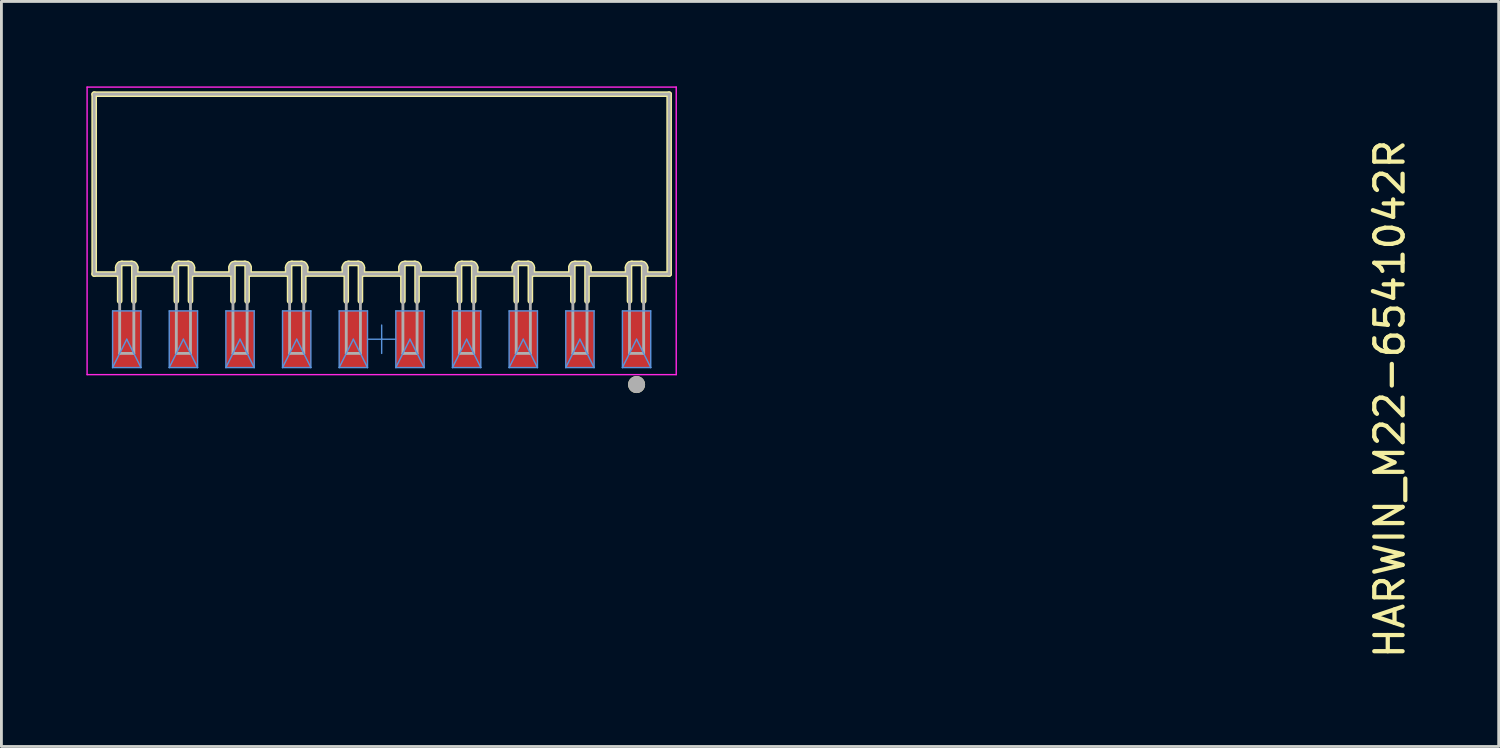
<source format=kicad_pcb>
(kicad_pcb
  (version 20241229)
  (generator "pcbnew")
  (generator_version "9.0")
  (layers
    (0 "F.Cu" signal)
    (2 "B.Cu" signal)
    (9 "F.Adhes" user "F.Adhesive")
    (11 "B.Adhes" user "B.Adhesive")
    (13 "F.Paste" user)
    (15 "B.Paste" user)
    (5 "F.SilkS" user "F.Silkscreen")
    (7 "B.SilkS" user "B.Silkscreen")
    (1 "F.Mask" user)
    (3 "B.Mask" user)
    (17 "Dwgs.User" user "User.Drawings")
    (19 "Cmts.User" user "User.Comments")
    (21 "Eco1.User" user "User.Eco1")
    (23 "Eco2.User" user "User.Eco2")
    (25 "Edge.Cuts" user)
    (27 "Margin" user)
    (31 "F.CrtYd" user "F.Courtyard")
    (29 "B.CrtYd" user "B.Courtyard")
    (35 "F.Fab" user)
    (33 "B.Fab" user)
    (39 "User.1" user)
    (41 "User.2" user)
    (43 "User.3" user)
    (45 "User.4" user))
  (footprint "HARWIN_M22-6541042R"
    (layer "F.Cu")
    (at 10.425 8.927)
    (property "Reference" "HARWIN_M22-6541042R" (at 35.59 2.11 270) (layer "F.SilkS") (effects (font (size 1 1) (thickness 0.15))))
    (attr smd)
    (fp_line (start -10.15 -8.652) (end 10.15 -8.652) (stroke (width 0.2) (type solid)) (layer "F.SilkS"))
    (fp_line (start -10.15 -2.302) (end -10.15 -8.652) (stroke (width 0.2) (type solid)) (layer "F.SilkS"))
    (fp_line (start -10.15 -2.302) (end -9.32 -2.302) (stroke (width 0.2) (type solid)) (layer "F.SilkS"))
    (fp_line (start -9.32 -2.302) (end -9.32 -2.527) (stroke (width 0.2) (type solid)) (layer "F.SilkS"))
    (fp_line (start -9.25 -1.35) (end -9.25 -2.654) (stroke (width 0.2) (type solid)) (layer "F.SilkS"))
    (fp_line (start -9.17 -2.677) (end -8.83 -2.677) (stroke (width 0.2) (type solid)) (layer "F.SilkS"))
    (fp_line (start -8.75 -1.35) (end -8.75 -2.654) (stroke (width 0.2) (type solid)) (layer "F.SilkS"))
    (fp_line (start -8.68 -2.302) (end -8.68 -2.527) (stroke (width 0.2) (type solid)) (layer "F.SilkS"))
    (fp_line (start -8.68 -2.302) (end -7.32 -2.302) (stroke (width 0.2) (type solid)) (layer "F.SilkS"))
    (fp_line (start -7.32 -2.302) (end -7.32 -2.527) (stroke (width 0.2) (type solid)) (layer "F.SilkS"))
    (fp_line (start -7.25 -1.35) (end -7.25 -2.654) (stroke (width 0.2) (type solid)) (layer "F.SilkS"))
    (fp_line (start -7.17 -2.677) (end -6.83 -2.677) (stroke (width 0.2) (type solid)) (layer "F.SilkS"))
    (fp_line (start -6.75 -1.35) (end -6.75 -2.654) (stroke (width 0.2) (type solid)) (layer "F.SilkS"))
    (fp_line (start -6.68 -2.302) (end -6.68 -2.527) (stroke (width 0.2) (type solid)) (layer "F.SilkS"))
    (fp_line (start -6.68 -2.302) (end -5.32 -2.302) (stroke (width 0.2) (type solid)) (layer "F.SilkS"))
    (fp_line (start -5.32 -2.302) (end -5.32 -2.527) (stroke (width 0.2) (type solid)) (layer "F.SilkS"))
    (fp_line (start -5.25 -1.35) (end -5.25 -2.654) (stroke (width 0.2) (type solid)) (layer "F.SilkS"))
    (fp_line (start -5.17 -2.677) (end -4.83 -2.677) (stroke (width 0.2) (type solid)) (layer "F.SilkS"))
    (fp_line (start -4.75 -1.35) (end -4.75 -2.654) (stroke (width 0.2) (type solid)) (layer "F.SilkS"))
    (fp_line (start -4.68 -2.302) (end -4.68 -2.527) (stroke (width 0.2) (type solid)) (layer "F.SilkS"))
    (fp_line (start -4.68 -2.302) (end -3.32 -2.302) (stroke (width 0.2) (type solid)) (layer "F.SilkS"))
    (fp_line (start -3.32 -2.302) (end -3.32 -2.527) (stroke (width 0.2) (type solid)) (layer "F.SilkS"))
    (fp_line (start -3.25 -1.35) (end -3.25 -2.654) (stroke (width 0.2) (type solid)) (layer "F.SilkS"))
    (fp_line (start -3.17 -2.677) (end -2.83 -2.677) (stroke (width 0.2) (type solid)) (layer "F.SilkS"))
    (fp_line (start -2.75 -1.35) (end -2.75 -2.654) (stroke (width 0.2) (type solid)) (layer "F.SilkS"))
    (fp_line (start -2.68 -2.302) (end -2.68 -2.527) (stroke (width 0.2) (type solid)) (layer "F.SilkS"))
    (fp_line (start -2.68 -2.302) (end -1.32 -2.302) (stroke (width 0.2) (type solid)) (layer "F.SilkS"))
    (fp_line (start -1.32 -2.302) (end -1.32 -2.527) (stroke (width 0.2) (type solid)) (layer "F.SilkS"))
    (fp_line (start -1.25 -1.35) (end -1.25 -2.654) (stroke (width 0.2) (type solid)) (layer "F.SilkS"))
    (fp_line (start -1.17 -2.677) (end -0.83 -2.677) (stroke (width 0.2) (type solid)) (layer "F.SilkS"))
    (fp_line (start -0.75 -1.35) (end -0.75 -2.654) (stroke (width 0.2) (type solid)) (layer "F.SilkS"))
    (fp_line (start -0.68 -2.302) (end -0.68 -2.527) (stroke (width 0.2) (type solid)) (layer "F.SilkS"))
    (fp_line (start -0.68 -2.302) (end 0.68 -2.302) (stroke (width 0.2) (type solid)) (layer "F.SilkS"))
    (fp_line (start 0.68 -2.302) (end 0.68 -2.527) (stroke (width 0.2) (type solid)) (layer "F.SilkS"))
    (fp_line (start 0.75 -1.35) (end 0.75 -2.654) (stroke (width 0.2) (type solid)) (layer "F.SilkS"))
    (fp_line (start 0.83 -2.677) (end 1.17 -2.677) (stroke (width 0.2) (type solid)) (layer "F.SilkS"))
    (fp_line (start 1.25 -1.35) (end 1.25 -2.654) (stroke (width 0.2) (type solid)) (layer "F.SilkS"))
    (fp_line (start 1.32 -2.302) (end 1.32 -2.527) (stroke (width 0.2) (type solid)) (layer "F.SilkS"))
    (fp_line (start 1.32 -2.302) (end 2.68 -2.302) (stroke (width 0.2) (type solid)) (layer "F.SilkS"))
    (fp_line (start 2.68 -2.302) (end 2.68 -2.527) (stroke (width 0.2) (type solid)) (layer "F.SilkS"))
    (fp_line (start 2.75 -1.35) (end 2.75 -2.654) (stroke (width 0.2) (type solid)) (layer "F.SilkS"))
    (fp_line (start 2.83 -2.677) (end 3.17 -2.677) (stroke (width 0.2) (type solid)) (layer "F.SilkS"))
    (fp_line (start 3.25 -1.35) (end 3.25 -2.654) (stroke (width 0.2) (type solid)) (layer "F.SilkS"))
    (fp_line (start 3.32 -2.302) (end 3.32 -2.527) (stroke (width 0.2) (type solid)) (layer "F.SilkS"))
    (fp_line (start 3.32 -2.302) (end 4.68 -2.302) (stroke (width 0.2) (type solid)) (layer "F.SilkS"))
    (fp_line (start 4.68 -2.302) (end 4.68 -2.527) (stroke (width 0.2) (type solid)) (layer "F.SilkS"))
    (fp_line (start 4.75 -1.35) (end 4.75 -2.654) (stroke (width 0.2) (type solid)) (layer "F.SilkS"))
    (fp_line (start 4.83 -2.677) (end 5.17 -2.677) (stroke (width 0.2) (type solid)) (layer "F.SilkS"))
    (fp_line (start 5.25 -1.35) (end 5.25 -2.654) (stroke (width 0.2) (type solid)) (layer "F.SilkS"))
    (fp_line (start 5.32 -2.302) (end 5.32 -2.527) (stroke (width 0.2) (type solid)) (layer "F.SilkS"))
    (fp_line (start 5.32 -2.302) (end 6.68 -2.302) (stroke (width 0.2) (type solid)) (layer "F.SilkS"))
    (fp_line (start 6.68 -2.302) (end 6.68 -2.527) (stroke (width 0.2) (type solid)) (layer "F.SilkS"))
    (fp_line (start 6.75 -1.35) (end 6.75 -2.654) (stroke (width 0.2) (type solid)) (layer "F.SilkS"))
    (fp_line (start 6.83 -2.677) (end 7.17 -2.677) (stroke (width 0.2) (type solid)) (layer "F.SilkS"))
    (fp_line (start 7.25 -1.35) (end 7.25 -2.654) (stroke (width 0.2) (type solid)) (layer "F.SilkS"))
    (fp_line (start 7.32 -2.302) (end 7.32 -2.527) (stroke (width 0.2) (type solid)) (layer "F.SilkS"))
    (fp_line (start 7.32 -2.302) (end 8.68 -2.302) (stroke (width 0.2) (type solid)) (layer "F.SilkS"))
    (fp_line (start 8.68 -2.302) (end 8.68 -2.527) (stroke (width 0.2) (type solid)) (layer "F.SilkS"))
    (fp_line (start 8.75 -1.35) (end 8.75 -2.654) (stroke (width 0.2) (type solid)) (layer "F.SilkS"))
    (fp_line (start 8.83 -2.677) (end 9.17 -2.677) (stroke (width 0.2) (type solid)) (layer "F.SilkS"))
    (fp_line (start 9.25 -1.35) (end 9.25 -2.654) (stroke (width 0.2) (type solid)) (layer "F.SilkS"))
    (fp_line (start 9.32 -2.302) (end 9.32 -2.527) (stroke (width 0.2) (type solid)) (layer "F.SilkS"))
    (fp_line (start 9.32 -2.302) (end 10.15 -2.302) (stroke (width 0.2) (type solid)) (layer "F.SilkS"))
    (fp_line (start 10.15 -2.302) (end 10.15 -8.652) (stroke (width 0.2) (type solid)) (layer "F.SilkS"))
    (fp_arc (start -9.32 -2.527) (mid -9.276066 -2.633066) (end -9.17 -2.677) (stroke (width 0.2) (type solid)) (layer "F.SilkS"))
    (fp_arc (start -8.83 -2.677) (mid -8.723934 -2.633066) (end -8.68 -2.527) (stroke (width 0.2) (type solid)) (layer "F.SilkS"))
    (fp_arc (start -7.32 -2.527) (mid -7.276066 -2.633066) (end -7.17 -2.677) (stroke (width 0.2) (type solid)) (layer "F.SilkS"))
    (fp_arc (start -6.83 -2.677) (mid -6.723934 -2.633066) (end -6.68 -2.527) (stroke (width 0.2) (type solid)) (layer "F.SilkS"))
    (fp_arc (start -5.32 -2.527) (mid -5.276066 -2.633066) (end -5.17 -2.677) (stroke (width 0.2) (type solid)) (layer "F.SilkS"))
    (fp_arc (start -4.83 -2.677) (mid -4.723934 -2.633066) (end -4.68 -2.527) (stroke (width 0.2) (type solid)) (layer "F.SilkS"))
    (fp_arc (start -3.32 -2.527) (mid -3.276066 -2.633066) (end -3.17 -2.677) (stroke (width 0.2) (type solid)) (layer "F.SilkS"))
    (fp_arc (start -2.83 -2.677) (mid -2.723934 -2.633066) (end -2.68 -2.527) (stroke (width 0.2) (type solid)) (layer "F.SilkS"))
    (fp_arc (start -1.32 -2.527) (mid -1.276066 -2.633066) (end -1.17 -2.677) (stroke (width 0.2) (type solid)) (layer "F.SilkS"))
    (fp_arc (start -0.83 -2.677) (mid -0.723934 -2.633066) (end -0.68 -2.527) (stroke (width 0.2) (type solid)) (layer "F.SilkS"))
    (fp_arc (start 0.68 -2.527) (mid 0.723934 -2.633066) (end 0.83 -2.677) (stroke (width 0.2) (type solid)) (layer "F.SilkS"))
    (fp_arc (start 1.17 -2.677) (mid 1.276066 -2.633066) (end 1.32 -2.527) (stroke (width 0.2) (type solid)) (layer "F.SilkS"))
    (fp_arc (start 2.68 -2.527) (mid 2.723934 -2.633066) (end 2.83 -2.677) (stroke (width 0.2) (type solid)) (layer "F.SilkS"))
    (fp_arc (start 3.17 -2.677) (mid 3.276066 -2.633066) (end 3.32 -2.527) (stroke (width 0.2) (type solid)) (layer "F.SilkS"))
    (fp_arc (start 4.68 -2.527) (mid 4.723934 -2.633066) (end 4.83 -2.677) (stroke (width 0.2) (type solid)) (layer "F.SilkS"))
    (fp_arc (start 5.17 -2.677) (mid 5.276066 -2.633066) (end 5.32 -2.527) (stroke (width 0.2) (type solid)) (layer "F.SilkS"))
    (fp_arc (start 6.68 -2.527) (mid 6.723934 -2.633066) (end 6.83 -2.677) (stroke (width 0.2) (type solid)) (layer "F.SilkS"))
    (fp_arc (start 7.17 -2.677) (mid 7.276066 -2.633066) (end 7.32 -2.527) (stroke (width 0.2) (type solid)) (layer "F.SilkS"))
    (fp_arc (start 8.68 -2.527) (mid 8.723934 -2.633066) (end 8.83 -2.677) (stroke (width 0.2) (type solid)) (layer "F.SilkS"))
    (fp_arc (start 9.17 -2.677) (mid 9.276066 -2.633066) (end 9.32 -2.527) (stroke (width 0.2) (type solid)) (layer "F.SilkS"))
    (fp_circle (center 9 1.6) (end 9.15 1.6) (stroke (width 0.3) (type solid)) (fill no) (layer "F.SilkS"))
    (fp_line (start -9.5 -1) (end -8.5 -1) (stroke (width 0.05) (type solid)) (layer "Cmts.User"))
    (fp_line (start -9.5 1) (end -9.5 -1) (stroke (width 0.05) (type solid)) (layer "Cmts.User"))
    (fp_line (start -9.5 1) (end -9 0) (stroke (width 0.05) (type solid)) (layer "Cmts.User"))
    (fp_line (start -9.5 1) (end -8.5 1) (stroke (width 0.05) (type solid)) (layer "Cmts.User"))
    (fp_line (start -9 0) (end -8.5 1) (stroke (width 0.05) (type solid)) (layer "Cmts.User"))
    (fp_line (start -8.5 1) (end -8.5 -1) (stroke (width 0.05) (type solid)) (layer "Cmts.User"))
    (fp_line (start -7.5 -1) (end -6.5 -1) (stroke (width 0.05) (type solid)) (layer "Cmts.User"))
    (fp_line (start -7.5 1) (end -7.5 -1) (stroke (width 0.05) (type solid)) (layer "Cmts.User"))
    (fp_line (start -7.5 1) (end -7 0) (stroke (width 0.05) (type solid)) (layer "Cmts.User"))
    (fp_line (start -7.5 1) (end -6.5 1) (stroke (width 0.05) (type solid)) (layer "Cmts.User"))
    (fp_line (start -7 0) (end -6.5 1) (stroke (width 0.05) (type solid)) (layer "Cmts.User"))
    (fp_line (start -6.5 1) (end -6.5 -1) (stroke (width 0.05) (type solid)) (layer "Cmts.User"))
    (fp_line (start -5.5 -1) (end -4.5 -1) (stroke (width 0.05) (type solid)) (layer "Cmts.User"))
    (fp_line (start -5.5 1) (end -5.5 -1) (stroke (width 0.05) (type solid)) (layer "Cmts.User"))
    (fp_line (start -5.5 1) (end -5 0) (stroke (width 0.05) (type solid)) (layer "Cmts.User"))
    (fp_line (start -5.5 1) (end -4.5 1) (stroke (width 0.05) (type solid)) (layer "Cmts.User"))
    (fp_line (start -5 0) (end -4.5 1) (stroke (width 0.05) (type solid)) (layer "Cmts.User"))
    (fp_line (start -4.5 1) (end -4.5 -1) (stroke (width 0.05) (type solid)) (layer "Cmts.User"))
    (fp_line (start -3.5 -1) (end -2.5 -1) (stroke (width 0.05) (type solid)) (layer "Cmts.User"))
    (fp_line (start -3.5 1) (end -3.5 -1) (stroke (width 0.05) (type solid)) (layer "Cmts.User"))
    (fp_line (start -3.5 1) (end -3 0) (stroke (width 0.05) (type solid)) (layer "Cmts.User"))
    (fp_line (start -3.5 1) (end -2.5 1) (stroke (width 0.05) (type solid)) (layer "Cmts.User"))
    (fp_line (start -3 0) (end -2.5 1) (stroke (width 0.05) (type solid)) (layer "Cmts.User"))
    (fp_line (start -2.5 1) (end -2.5 -1) (stroke (width 0.05) (type solid)) (layer "Cmts.User"))
    (fp_line (start -1.5 -1) (end -0.5 -1) (stroke (width 0.05) (type solid)) (layer "Cmts.User"))
    (fp_line (start -1.5 1) (end -1.5 -1) (stroke (width 0.05) (type solid)) (layer "Cmts.User"))
    (fp_line (start -1.5 1) (end -1 0) (stroke (width 0.05) (type solid)) (layer "Cmts.User"))
    (fp_line (start -1.5 1) (end -0.5 1) (stroke (width 0.05) (type solid)) (layer "Cmts.User"))
    (fp_line (start -1 0) (end -0.5 1) (stroke (width 0.05) (type solid)) (layer "Cmts.User"))
    (fp_line (start -0.5 0) (end 0 0) (stroke (width 0.05) (type solid)) (layer "Cmts.User"))
    (fp_line (start -0.5 1) (end -0.5 -1) (stroke (width 0.05) (type solid)) (layer "Cmts.User"))
    (fp_line (start 0 0) (end 0 -0.5) (stroke (width 0.05) (type solid)) (layer "Cmts.User"))
    (fp_line (start 0 0) (end 0.5 0) (stroke (width 0.05) (type solid)) (layer "Cmts.User"))
    (fp_line (start 0 0.5) (end 0 0) (stroke (width 0.05) (type solid)) (layer "Cmts.User"))
    (fp_line (start 0.5 -1) (end 1.5 -1) (stroke (width 0.05) (type solid)) (layer "Cmts.User"))
    (fp_line (start 0.5 1) (end 0.5 -1) (stroke (width 0.05) (type solid)) (layer "Cmts.User"))
    (fp_line (start 0.5 1) (end 1 0) (stroke (width 0.05) (type solid)) (layer "Cmts.User"))
    (fp_line (start 0.5 1) (end 1.5 1) (stroke (width 0.05) (type solid)) (layer "Cmts.User"))
    (fp_line (start 1 0) (end 1.5 1) (stroke (width 0.05) (type solid)) (layer "Cmts.User"))
    (fp_line (start 1.5 1) (end 1.5 -1) (stroke (width 0.05) (type solid)) (layer "Cmts.User"))
    (fp_line (start 2.5 -1) (end 3.5 -1) (stroke (width 0.05) (type solid)) (layer "Cmts.User"))
    (fp_line (start 2.5 1) (end 2.5 -1) (stroke (width 0.05) (type solid)) (layer "Cmts.User"))
    (fp_line (start 2.5 1) (end 3 0) (stroke (width 0.05) (type solid)) (layer "Cmts.User"))
    (fp_line (start 2.5 1) (end 3.5 1) (stroke (width 0.05) (type solid)) (layer "Cmts.User"))
    (fp_line (start 3 0) (end 3.5 1) (stroke (width 0.05) (type solid)) (layer "Cmts.User"))
    (fp_line (start 3.5 1) (end 3.5 -1) (stroke (width 0.05) (type solid)) (layer "Cmts.User"))
    (fp_line (start 4.5 -1) (end 5.5 -1) (stroke (width 0.05) (type solid)) (layer "Cmts.User"))
    (fp_line (start 4.5 1) (end 4.5 -1) (stroke (width 0.05) (type solid)) (layer "Cmts.User"))
    (fp_line (start 4.5 1) (end 5 0) (stroke (width 0.05) (type solid)) (layer "Cmts.User"))
    (fp_line (start 4.5 1) (end 5.5 1) (stroke (width 0.05) (type solid)) (layer "Cmts.User"))
    (fp_line (start 5 0) (end 5.5 1) (stroke (width 0.05) (type solid)) (layer "Cmts.User"))
    (fp_line (start 5.5 1) (end 5.5 -1) (stroke (width 0.05) (type solid)) (layer "Cmts.User"))
    (fp_line (start 6.5 -1) (end 7.5 -1) (stroke (width 0.05) (type solid)) (layer "Cmts.User"))
    (fp_line (start 6.5 1) (end 6.5 -1) (stroke (width 0.05) (type solid)) (layer "Cmts.User"))
    (fp_line (start 6.5 1) (end 7 0) (stroke (width 0.05) (type solid)) (layer "Cmts.User"))
    (fp_line (start 6.5 1) (end 7.5 1) (stroke (width 0.05) (type solid)) (layer "Cmts.User"))
    (fp_line (start 7 0) (end 7.5 1) (stroke (width 0.05) (type solid)) (layer "Cmts.User"))
    (fp_line (start 7.5 1) (end 7.5 -1) (stroke (width 0.05) (type solid)) (layer "Cmts.User"))
    (fp_line (start 8.5 -1) (end 9.5 -1) (stroke (width 0.05) (type solid)) (layer "Cmts.User"))
    (fp_line (start 8.5 1) (end 8.5 -1) (stroke (width 0.05) (type solid)) (layer "Cmts.User"))
    (fp_line (start 8.5 1) (end 9 0) (stroke (width 0.05) (type solid)) (layer "Cmts.User"))
    (fp_line (start 8.5 1) (end 9.5 1) (stroke (width 0.05) (type solid)) (layer "Cmts.User"))
    (fp_line (start 9 0) (end 9.5 1) (stroke (width 0.05) (type solid)) (layer "Cmts.User"))
    (fp_line (start 9.5 1) (end 9.5 -1) (stroke (width 0.05) (type solid)) (layer "Cmts.User"))
    (fp_line (start -10.4 -8.902) (end 10.4 -8.902) (stroke (width 0.05) (type solid)) (layer "F.CrtYd"))
    (fp_line (start -10.4 1.25) (end -10.4 -8.902) (stroke (width 0.05) (type solid)) (layer "F.CrtYd"))
    (fp_line (start -10.4 1.25) (end 10.4 1.25) (stroke (width 0.05) (type solid)) (layer "F.CrtYd"))
    (fp_line (start 10.4 1.25) (end 10.4 -8.902) (stroke (width 0.05) (type solid)) (layer "F.CrtYd"))
    (fp_line (start -10.15 -8.652) (end 10.15 -8.652) (stroke (width 0.1) (type solid)) (layer "F.Fab"))
    (fp_line (start -10.15 -2.302) (end -10.15 -8.652) (stroke (width 0.1) (type solid)) (layer "F.Fab"))
    (fp_line (start -10.15 -2.302) (end -9.32 -2.302) (stroke (width 0.1) (type solid)) (layer "F.Fab"))
    (fp_line (start -9.32 -2.302) (end -9.32 -2.527) (stroke (width 0.1) (type solid)) (layer "F.Fab"))
    (fp_line (start -9.25 0.5) (end -9.25 -2.654) (stroke (width 0.1) (type solid)) (layer "F.Fab"))
    (fp_line (start -9.25 0.5) (end -8.75 0.5) (stroke (width 0.1) (type solid)) (layer "F.Fab"))
    (fp_line (start -9.17 -2.677) (end -8.83 -2.677) (stroke (width 0.1) (type solid)) (layer "F.Fab"))
    (fp_line (start -8.75 0.5) (end -8.75 -2.654) (stroke (width 0.1) (type solid)) (layer "F.Fab"))
    (fp_line (start -8.68 -2.302) (end -8.68 -2.527) (stroke (width 0.1) (type solid)) (layer "F.Fab"))
    (fp_line (start -8.68 -2.302) (end -7.32 -2.302) (stroke (width 0.1) (type solid)) (layer "F.Fab"))
    (fp_line (start -7.32 -2.302) (end -7.32 -2.527) (stroke (width 0.1) (type solid)) (layer "F.Fab"))
    (fp_line (start -7.25 0.5) (end -7.25 -2.654) (stroke (width 0.1) (type solid)) (layer "F.Fab"))
    (fp_line (start -7.25 0.5) (end -6.75 0.5) (stroke (width 0.1) (type solid)) (layer "F.Fab"))
    (fp_line (start -7.17 -2.677) (end -6.83 -2.677) (stroke (width 0.1) (type solid)) (layer "F.Fab"))
    (fp_line (start -6.75 0.5) (end -6.75 -2.654) (stroke (width 0.1) (type solid)) (layer "F.Fab"))
    (fp_line (start -6.68 -2.302) (end -6.68 -2.527) (stroke (width 0.1) (type solid)) (layer "F.Fab"))
    (fp_line (start -6.68 -2.302) (end -5.32 -2.302) (stroke (width 0.1) (type solid)) (layer "F.Fab"))
    (fp_line (start -5.32 -2.302) (end -5.32 -2.527) (stroke (width 0.1) (type solid)) (layer "F.Fab"))
    (fp_line (start -5.25 0.5) (end -5.25 -2.654) (stroke (width 0.1) (type solid)) (layer "F.Fab"))
    (fp_line (start -5.25 0.5) (end -4.75 0.5) (stroke (width 0.1) (type solid)) (layer "F.Fab"))
    (fp_line (start -5.17 -2.677) (end -4.83 -2.677) (stroke (width 0.1) (type solid)) (layer "F.Fab"))
    (fp_line (start -4.75 0.5) (end -4.75 -2.654) (stroke (width 0.1) (type solid)) (layer "F.Fab"))
    (fp_line (start -4.68 -2.302) (end -4.68 -2.527) (stroke (width 0.1) (type solid)) (layer "F.Fab"))
    (fp_line (start -4.68 -2.302) (end -3.32 -2.302) (stroke (width 0.1) (type solid)) (layer "F.Fab"))
    (fp_line (start -3.32 -2.302) (end -3.32 -2.527) (stroke (width 0.1) (type solid)) (layer "F.Fab"))
    (fp_line (start -3.25 0.5) (end -3.25 -2.654) (stroke (width 0.1) (type solid)) (layer "F.Fab"))
    (fp_line (start -3.25 0.5) (end -2.75 0.5) (stroke (width 0.1) (type solid)) (layer "F.Fab"))
    (fp_line (start -3.17 -2.677) (end -2.83 -2.677) (stroke (width 0.1) (type solid)) (layer "F.Fab"))
    (fp_line (start -2.75 0.5) (end -2.75 -2.654) (stroke (width 0.1) (type solid)) (layer "F.Fab"))
    (fp_line (start -2.68 -2.302) (end -2.68 -2.527) (stroke (width 0.1) (type solid)) (layer "F.Fab"))
    (fp_line (start -2.68 -2.302) (end -1.32 -2.302) (stroke (width 0.1) (type solid)) (layer "F.Fab"))
    (fp_line (start -1.32 -2.302) (end -1.32 -2.527) (stroke (width 0.1) (type solid)) (layer "F.Fab"))
    (fp_line (start -1.25 0.5) (end -1.25 -2.654) (stroke (width 0.1) (type solid)) (layer "F.Fab"))
    (fp_line (start -1.25 0.5) (end -0.75 0.5) (stroke (width 0.1) (type solid)) (layer "F.Fab"))
    (fp_line (start -1.17 -2.677) (end -0.83 -2.677) (stroke (width 0.1) (type solid)) (layer "F.Fab"))
    (fp_line (start -0.75 0.5) (end -0.75 -2.654) (stroke (width 0.1) (type solid)) (layer "F.Fab"))
    (fp_line (start -0.68 -2.302) (end -0.68 -2.527) (stroke (width 0.1) (type solid)) (layer "F.Fab"))
    (fp_line (start -0.68 -2.302) (end 0.68 -2.302) (stroke (width 0.1) (type solid)) (layer "F.Fab"))
    (fp_line (start 0.68 -2.302) (end 0.68 -2.527) (stroke (width 0.1) (type solid)) (layer "F.Fab"))
    (fp_line (start 0.75 0.5) (end 0.75 -2.654) (stroke (width 0.1) (type solid)) (layer "F.Fab"))
    (fp_line (start 0.75 0.5) (end 1.25 0.5) (stroke (width 0.1) (type solid)) (layer "F.Fab"))
    (fp_line (start 0.83 -2.677) (end 1.17 -2.677) (stroke (width 0.1) (type solid)) (layer "F.Fab"))
    (fp_line (start 1.25 0.5) (end 1.25 -2.654) (stroke (width 0.1) (type solid)) (layer "F.Fab"))
    (fp_line (start 1.32 -2.302) (end 1.32 -2.527) (stroke (width 0.1) (type solid)) (layer "F.Fab"))
    (fp_line (start 1.32 -2.302) (end 2.68 -2.302) (stroke (width 0.1) (type solid)) (layer "F.Fab"))
    (fp_line (start 2.68 -2.302) (end 2.68 -2.527) (stroke (width 0.1) (type solid)) (layer "F.Fab"))
    (fp_line (start 2.75 0.5) (end 2.75 -2.654) (stroke (width 0.1) (type solid)) (layer "F.Fab"))
    (fp_line (start 2.75 0.5) (end 3.25 0.5) (stroke (width 0.1) (type solid)) (layer "F.Fab"))
    (fp_line (start 2.83 -2.677) (end 3.17 -2.677) (stroke (width 0.1) (type solid)) (layer "F.Fab"))
    (fp_line (start 3.25 0.5) (end 3.25 -2.654) (stroke (width 0.1) (type solid)) (layer "F.Fab"))
    (fp_line (start 3.32 -2.302) (end 3.32 -2.527) (stroke (width 0.1) (type solid)) (layer "F.Fab"))
    (fp_line (start 3.32 -2.302) (end 4.68 -2.302) (stroke (width 0.1) (type solid)) (layer "F.Fab"))
    (fp_line (start 4.68 -2.302) (end 4.68 -2.527) (stroke (width 0.1) (type solid)) (layer "F.Fab"))
    (fp_line (start 4.75 0.5) (end 4.75 -2.654) (stroke (width 0.1) (type solid)) (layer "F.Fab"))
    (fp_line (start 4.75 0.5) (end 5.25 0.5) (stroke (width 0.1) (type solid)) (layer "F.Fab"))
    (fp_line (start 4.83 -2.677) (end 5.17 -2.677) (stroke (width 0.1) (type solid)) (layer "F.Fab"))
    (fp_line (start 5.25 0.5) (end 5.25 -2.654) (stroke (width 0.1) (type solid)) (layer "F.Fab"))
    (fp_line (start 5.32 -2.302) (end 5.32 -2.527) (stroke (width 0.1) (type solid)) (layer "F.Fab"))
    (fp_line (start 5.32 -2.302) (end 6.68 -2.302) (stroke (width 0.1) (type solid)) (layer "F.Fab"))
    (fp_line (start 6.68 -2.302) (end 6.68 -2.527) (stroke (width 0.1) (type solid)) (layer "F.Fab"))
    (fp_line (start 6.75 0.5) (end 6.75 -2.654) (stroke (width 0.1) (type solid)) (layer "F.Fab"))
    (fp_line (start 6.75 0.5) (end 7.25 0.5) (stroke (width 0.1) (type solid)) (layer "F.Fab"))
    (fp_line (start 6.83 -2.677) (end 7.17 -2.677) (stroke (width 0.1) (type solid)) (layer "F.Fab"))
    (fp_line (start 7.25 0.5) (end 7.25 -2.654) (stroke (width 0.1) (type solid)) (layer "F.Fab"))
    (fp_line (start 7.32 -2.302) (end 7.32 -2.527) (stroke (width 0.1) (type solid)) (layer "F.Fab"))
    (fp_line (start 7.32 -2.302) (end 8.68 -2.302) (stroke (width 0.1) (type solid)) (layer "F.Fab"))
    (fp_line (start 8.68 -2.302) (end 8.68 -2.527) (stroke (width 0.1) (type solid)) (layer "F.Fab"))
    (fp_line (start 8.75 0.5) (end 8.75 -2.654) (stroke (width 0.1) (type solid)) (layer "F.Fab"))
    (fp_line (start 8.75 0.5) (end 9.25 0.5) (stroke (width 0.1) (type solid)) (layer "F.Fab"))
    (fp_line (start 8.83 -2.677) (end 9.17 -2.677) (stroke (width 0.1) (type solid)) (layer "F.Fab"))
    (fp_line (start 9.25 0.5) (end 9.25 -2.654) (stroke (width 0.1) (type solid)) (layer "F.Fab"))
    (fp_line (start 9.32 -2.302) (end 9.32 -2.527) (stroke (width 0.1) (type solid)) (layer "F.Fab"))
    (fp_line (start 9.32 -2.302) (end 10.15 -2.302) (stroke (width 0.1) (type solid)) (layer "F.Fab"))
    (fp_line (start 10.15 -2.302) (end 10.15 -8.652) (stroke (width 0.1) (type solid)) (layer "F.Fab"))
    (fp_arc (start -9.32 -2.527) (mid -9.276066 -2.633066) (end -9.17 -2.677) (stroke (width 0.1) (type solid)) (layer "F.Fab"))
    (fp_arc (start -8.83 -2.677) (mid -8.723934 -2.633066) (end -8.68 -2.527) (stroke (width 0.1) (type solid)) (layer "F.Fab"))
    (fp_arc (start -7.32 -2.527) (mid -7.276066 -2.633066) (end -7.17 -2.677) (stroke (width 0.1) (type solid)) (layer "F.Fab"))
    (fp_arc (start -6.83 -2.677) (mid -6.723934 -2.633066) (end -6.68 -2.527) (stroke (width 0.1) (type solid)) (layer "F.Fab"))
    (fp_arc (start -5.32 -2.527) (mid -5.276066 -2.633066) (end -5.17 -2.677) (stroke (width 0.1) (type solid)) (layer "F.Fab"))
    (fp_arc (start -4.83 -2.677) (mid -4.723934 -2.633066) (end -4.68 -2.527) (stroke (width 0.1) (type solid)) (layer "F.Fab"))
    (fp_arc (start -3.32 -2.527) (mid -3.276066 -2.633066) (end -3.17 -2.677) (stroke (width 0.1) (type solid)) (layer "F.Fab"))
    (fp_arc (start -2.83 -2.677) (mid -2.723934 -2.633066) (end -2.68 -2.527) (stroke (width 0.1) (type solid)) (layer "F.Fab"))
    (fp_arc (start -1.32 -2.527) (mid -1.276066 -2.633066) (end -1.17 -2.677) (stroke (width 0.1) (type solid)) (layer "F.Fab"))
    (fp_arc (start -0.83 -2.677) (mid -0.723934 -2.633066) (end -0.68 -2.527) (stroke (width 0.1) (type solid)) (layer "F.Fab"))
    (fp_arc (start 0.68 -2.527) (mid 0.723934 -2.633066) (end 0.83 -2.677) (stroke (width 0.1) (type solid)) (layer "F.Fab"))
    (fp_arc (start 1.17 -2.677) (mid 1.276066 -2.633066) (end 1.32 -2.527) (stroke (width 0.1) (type solid)) (layer "F.Fab"))
    (fp_arc (start 2.68 -2.527) (mid 2.723934 -2.633066) (end 2.83 -2.677) (stroke (width 0.1) (type solid)) (layer "F.Fab"))
    (fp_arc (start 3.17 -2.677) (mid 3.276066 -2.633066) (end 3.32 -2.527) (stroke (width 0.1) (type solid)) (layer "F.Fab"))
    (fp_arc (start 4.68 -2.527) (mid 4.723934 -2.633066) (end 4.83 -2.677) (stroke (width 0.1) (type solid)) (layer "F.Fab"))
    (fp_arc (start 5.17 -2.677) (mid 5.276066 -2.633066) (end 5.32 -2.527) (stroke (width 0.1) (type solid)) (layer "F.Fab"))
    (fp_arc (start 6.68 -2.527) (mid 6.723934 -2.633066) (end 6.83 -2.677) (stroke (width 0.1) (type solid)) (layer "F.Fab"))
    (fp_arc (start 7.17 -2.677) (mid 7.276066 -2.633066) (end 7.32 -2.527) (stroke (width 0.1) (type solid)) (layer "F.Fab"))
    (fp_arc (start 8.68 -2.527) (mid 8.723934 -2.633066) (end 8.83 -2.677) (stroke (width 0.1) (type solid)) (layer "F.Fab"))
    (fp_arc (start 9.17 -2.677) (mid 9.276066 -2.633066) (end 9.32 -2.527) (stroke (width 0.1) (type solid)) (layer "F.Fab"))
    (fp_circle (center 9 1.6) (end 9.15 1.6) (stroke (width 0.3) (type solid)) (fill no) (layer "F.Fab"))
    (pad "1" smd rect (at 9 0 180) (size 1 2) (layers "F.Cu" "F.Mask" "F.Paste"))
    (pad "2" smd rect (at 7 0 180) (size 1 2) (layers "F.Cu" "F.Mask" "F.Paste"))
    (pad "3" smd rect (at 5 0 180) (size 1 2) (layers "F.Cu" "F.Mask" "F.Paste"))
    (pad "4" smd rect (at 3 0 180) (size 1 2) (layers "F.Cu" "F.Mask" "F.Paste"))
    (pad "5" smd rect (at 1 0 180) (size 1 2) (layers "F.Cu" "F.Mask" "F.Paste"))
    (pad "6" smd rect (at -1 0 180) (size 1 2) (layers "F.Cu" "F.Mask" "F.Paste"))
    (pad "7" smd rect (at -3 0 180) (size 1 2) (layers "F.Cu" "F.Mask" "F.Paste"))
    (pad "8" smd rect (at -5 0 180) (size 1 2) (layers "F.Cu" "F.Mask" "F.Paste"))
    (pad "9" smd rect (at -7 0 180) (size 1 2) (layers "F.Cu" "F.Mask" "F.Paste"))
    (pad "10" smd rect (at -9 0 180) (size 1 2) (layers "F.Cu" "F.Mask" "F.Paste")))
  (gr_rect
    (start -3 -3)
    (end 49.863 23.305)
    (stroke (width 0.1) (type default))
    (fill no)
    (layer "Edge.Cuts")))
</source>
